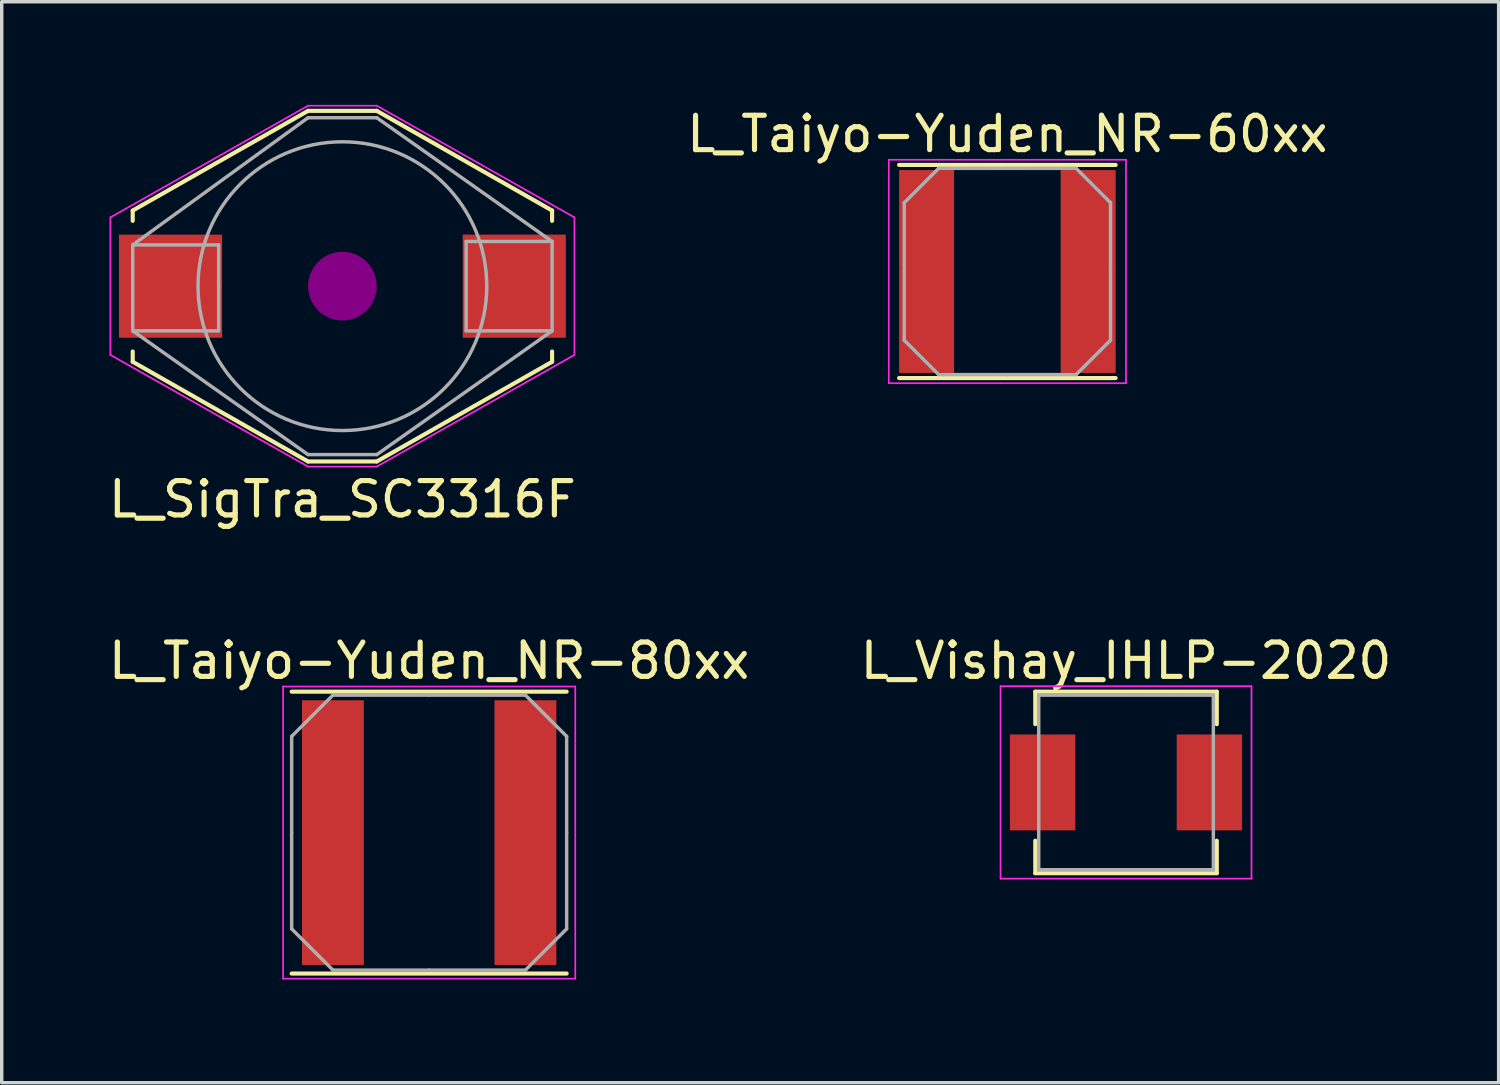
<source format=kicad_pcb>
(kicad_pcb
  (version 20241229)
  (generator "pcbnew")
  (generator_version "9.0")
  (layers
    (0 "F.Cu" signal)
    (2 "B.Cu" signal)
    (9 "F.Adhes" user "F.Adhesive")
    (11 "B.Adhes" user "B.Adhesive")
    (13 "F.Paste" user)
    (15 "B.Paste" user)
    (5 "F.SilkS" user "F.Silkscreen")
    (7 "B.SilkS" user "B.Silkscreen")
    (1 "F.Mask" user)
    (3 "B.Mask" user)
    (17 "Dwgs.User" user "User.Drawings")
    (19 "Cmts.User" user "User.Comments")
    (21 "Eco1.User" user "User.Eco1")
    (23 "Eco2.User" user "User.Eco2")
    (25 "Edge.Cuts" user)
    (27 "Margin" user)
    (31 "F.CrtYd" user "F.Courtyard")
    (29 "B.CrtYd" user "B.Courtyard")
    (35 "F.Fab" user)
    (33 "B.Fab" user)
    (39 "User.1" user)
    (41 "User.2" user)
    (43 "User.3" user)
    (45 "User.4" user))
  (footprint "L_Vishay_IHLP-2020"
    (layer "F.Cu")
    (at 29.708 19.712)
    (property "Reference" "L_Vishay_IHLP-2020" (at 0 -3.54 0) (layer "F.SilkS") (effects (font (size 1 1) (thickness 0.15))))
    (attr smd)
    (fp_line (start -2.64 -2.64) (end 2.64 -2.64) (stroke (width 0.12) (type solid)) (layer "F.SilkS"))
    (fp_line (start -2.64 -1.695) (end -2.64 -2.64) (stroke (width 0.12) (type solid)) (layer "F.SilkS"))
    (fp_line (start -2.64 1.695) (end -2.64 2.64) (stroke (width 0.12) (type solid)) (layer "F.SilkS"))
    (fp_line (start -2.64 2.64) (end 2.64 2.64) (stroke (width 0.12) (type solid)) (layer "F.SilkS"))
    (fp_line (start 2.64 -2.64) (end 2.64 -1.695) (stroke (width 0.12) (type solid)) (layer "F.SilkS"))
    (fp_line (start 2.64 2.64) (end 2.64 1.695) (stroke (width 0.12) (type solid)) (layer "F.SilkS"))
    (fp_line (start -3.65 -2.8) (end -3.65 2.8) (stroke (width 0.05) (type solid)) (layer "F.CrtYd"))
    (fp_line (start -3.65 2.8) (end 3.65 2.8) (stroke (width 0.05) (type solid)) (layer "F.CrtYd"))
    (fp_line (start 3.65 -2.8) (end -3.65 -2.8) (stroke (width 0.05) (type solid)) (layer "F.CrtYd"))
    (fp_line (start 3.65 2.8) (end 3.65 -2.8) (stroke (width 0.05) (type solid)) (layer "F.CrtYd"))
    (fp_line (start -2.54 -2.54) (end -2.54 2.54) (stroke (width 0.1) (type solid)) (layer "F.Fab"))
    (fp_line (start -2.54 2.54) (end 2.54 2.54) (stroke (width 0.1) (type solid)) (layer "F.Fab"))
    (fp_line (start 2.54 -2.54) (end -2.54 -2.54) (stroke (width 0.1) (type solid)) (layer "F.Fab"))
    (fp_line (start 2.54 2.54) (end 2.54 -2.54) (stroke (width 0.1) (type solid)) (layer "F.Fab"))
    (pad "1" smd rect (at -2.426 0) (size 1.903 2.79) (layers "F.Cu" "F.Mask" "F.Paste"))
    (pad "2" smd rect (at 2.426 0) (size 1.903 2.79) (layers "F.Cu" "F.Mask" "F.Paste")))
  (footprint "L_Taiyo-Yuden_NR-80xx"
    (layer "F.Cu")
    (at 9.435 21.172)
    (property "Reference" "L_Taiyo-Yuden_NR-80xx" (at 0 -5 0) (layer "F.SilkS") (effects (font (size 1 1) (thickness 0.15))))
    (attr smd)
    (fp_line (start -4 -4.1) (end 4 -4.1) (stroke (width 0.12) (type solid)) (layer "F.SilkS"))
    (fp_line (start -4 4.1) (end 4 4.1) (stroke (width 0.12) (type solid)) (layer "F.SilkS"))
    (fp_line (start -4.25 -4.25) (end -4.25 4.25) (stroke (width 0.05) (type solid)) (layer "F.CrtYd"))
    (fp_line (start -4.25 4.25) (end 4.25 4.25) (stroke (width 0.05) (type solid)) (layer "F.CrtYd"))
    (fp_line (start 4.25 -4.25) (end -4.25 -4.25) (stroke (width 0.05) (type solid)) (layer "F.CrtYd"))
    (fp_line (start 4.25 4.25) (end 4.25 -4.25) (stroke (width 0.05) (type solid)) (layer "F.CrtYd"))
    (fp_line (start -4 -2.8) (end -2.8 -4) (stroke (width 0.1) (type solid)) (layer "F.Fab"))
    (fp_line (start -4 0) (end -4 -2.8) (stroke (width 0.1) (type solid)) (layer "F.Fab"))
    (fp_line (start -4 0) (end -4 2.8) (stroke (width 0.1) (type solid)) (layer "F.Fab"))
    (fp_line (start -4 2.8) (end -2.8 4) (stroke (width 0.1) (type solid)) (layer "F.Fab"))
    (fp_line (start -2.8 -4) (end 0 -4) (stroke (width 0.1) (type solid)) (layer "F.Fab"))
    (fp_line (start -2.8 4) (end 0 4) (stroke (width 0.1) (type solid)) (layer "F.Fab"))
    (fp_line (start 2.8 -4) (end 0 -4) (stroke (width 0.1) (type solid)) (layer "F.Fab"))
    (fp_line (start 2.8 4) (end 0 4) (stroke (width 0.1) (type solid)) (layer "F.Fab"))
    (fp_line (start 4 -2.8) (end 2.8 -4) (stroke (width 0.1) (type solid)) (layer "F.Fab"))
    (fp_line (start 4 0) (end 4 -2.8) (stroke (width 0.1) (type solid)) (layer "F.Fab"))
    (fp_line (start 4 0) (end 4 2.8) (stroke (width 0.1) (type solid)) (layer "F.Fab"))
    (fp_line (start 4 2.8) (end 2.8 4) (stroke (width 0.1) (type solid)) (layer "F.Fab"))
    (pad "1" smd rect (at -2.8 0) (size 1.8 7.7) (layers "F.Cu" "F.Mask" "F.Paste"))
    (pad "2" smd rect (at 2.8 0) (size 1.8 7.7) (layers "F.Cu" "F.Mask" "F.Paste")))
  (footprint "L_Taiyo-Yuden_NR-60xx"
    (layer "F.Cu")
    (at 26.256 4.848)
    (property "Reference" "L_Taiyo-Yuden_NR-60xx" (at 0 -4 0) (layer "F.SilkS") (effects (font (size 1 1) (thickness 0.15))))
    (attr smd)
    (fp_line (start -3.15 -3.1) (end 3.15 -3.1) (stroke (width 0.12) (type solid)) (layer "F.SilkS"))
    (fp_line (start -3.15 3.1) (end 3.15 3.1) (stroke (width 0.12) (type solid)) (layer "F.SilkS"))
    (fp_line (start -3.45 -3.25) (end -3.45 3.25) (stroke (width 0.05) (type solid)) (layer "F.CrtYd"))
    (fp_line (start -3.45 3.25) (end 3.45 3.25) (stroke (width 0.05) (type solid)) (layer "F.CrtYd"))
    (fp_line (start 3.45 -3.25) (end -3.45 -3.25) (stroke (width 0.05) (type solid)) (layer "F.CrtYd"))
    (fp_line (start 3.45 3.25) (end 3.45 -3.25) (stroke (width 0.05) (type solid)) (layer "F.CrtYd"))
    (fp_line (start -3 -2) (end -2 -3) (stroke (width 0.1) (type solid)) (layer "F.Fab"))
    (fp_line (start -3 0) (end -3 -2) (stroke (width 0.1) (type solid)) (layer "F.Fab"))
    (fp_line (start -3 0) (end -3 2) (stroke (width 0.1) (type solid)) (layer "F.Fab"))
    (fp_line (start -3 2) (end -2 3) (stroke (width 0.1) (type solid)) (layer "F.Fab"))
    (fp_line (start -2 -3) (end 0 -3) (stroke (width 0.1) (type solid)) (layer "F.Fab"))
    (fp_line (start -2 3) (end 0 3) (stroke (width 0.1) (type solid)) (layer "F.Fab"))
    (fp_line (start 2 -3) (end 0 -3) (stroke (width 0.1) (type solid)) (layer "F.Fab"))
    (fp_line (start 2 3) (end 0 3) (stroke (width 0.1) (type solid)) (layer "F.Fab"))
    (fp_line (start 3 -2) (end 2 -3) (stroke (width 0.1) (type solid)) (layer "F.Fab"))
    (fp_line (start 3 0) (end 3 -2) (stroke (width 0.1) (type solid)) (layer "F.Fab"))
    (fp_line (start 3 0) (end 3 2) (stroke (width 0.1) (type solid)) (layer "F.Fab"))
    (fp_line (start 3 2) (end 2 3) (stroke (width 0.1) (type solid)) (layer "F.Fab"))
    (pad "1" smd rect (at -2.35 0) (size 1.6 5.9) (layers "F.Cu" "F.Mask" "F.Paste"))
    (pad "2" smd rect (at 2.35 0) (size 1.6 5.9) (layers "F.Cu" "F.Mask" "F.Paste")))
  (footprint "L_SigTra_SC3316F"
    (layer "F.Cu")
    (at 6.911 5.275)
    (property "Reference" "L_SigTra_SC3316F" (at 0 6.2 0) (layer "F.SilkS") (effects (font (size 1 1) (thickness 0.15))))
    (attr smd)
    (fp_line (start -6.1 -2.2) (end -1 -5.1) (stroke (width 0.12) (type solid)) (layer "F.SilkS"))
    (fp_line (start -6.1 -1.9) (end -6.1 -2.2) (stroke (width 0.12) (type solid)) (layer "F.SilkS"))
    (fp_line (start -6.1 1.9) (end -6.1 2.2) (stroke (width 0.12) (type solid)) (layer "F.SilkS"))
    (fp_line (start -6.1 2.2) (end -1 5.1) (stroke (width 0.12) (type solid)) (layer "F.SilkS"))
    (fp_line (start 1 -5.1) (end -1 -5.1) (stroke (width 0.12) (type solid)) (layer "F.SilkS"))
    (fp_line (start 1 5.1) (end -1 5.1) (stroke (width 0.12) (type solid)) (layer "F.SilkS"))
    (fp_line (start 6.1 -2.2) (end 1 -5.1) (stroke (width 0.12) (type solid)) (layer "F.SilkS"))
    (fp_line (start 6.1 -1.9) (end 6.1 -2.2) (stroke (width 0.12) (type solid)) (layer "F.SilkS"))
    (fp_line (start 6.1 1.9) (end 6.1 2.2) (stroke (width 0.12) (type solid)) (layer "F.SilkS"))
    (fp_line (start 6.1 2.2) (end 1 5.1) (stroke (width 0.12) (type solid)) (layer "F.SilkS"))
    (fp_circle (center 0 0) (end 0.5 0) (stroke (width 1) (type solid)) (fill no) (layer "F.Adhes"))
    (fp_line (start -6.75 -2) (end -6.75 2) (stroke (width 0.05) (type solid)) (layer "F.CrtYd"))
    (fp_line (start -6.75 2) (end -1 5.25) (stroke (width 0.05) (type solid)) (layer "F.CrtYd"))
    (fp_line (start -1 -5.25) (end -6.75 -2) (stroke (width 0.05) (type solid)) (layer "F.CrtYd"))
    (fp_line (start -1 -5.25) (end 1 -5.25) (stroke (width 0.05) (type solid)) (layer "F.CrtYd"))
    (fp_line (start -1 5.25) (end 1 5.25) (stroke (width 0.05) (type solid)) (layer "F.CrtYd"))
    (fp_line (start 1 -5.25) (end 6.75 -2) (stroke (width 0.05) (type solid)) (layer "F.CrtYd"))
    (fp_line (start 1 5.25) (end 6.75 2) (stroke (width 0.05) (type solid)) (layer "F.CrtYd"))
    (fp_line (start 6.75 2) (end 6.75 -2) (stroke (width 0.05) (type solid)) (layer "F.CrtYd"))
    (fp_line (start -6.1 -1.2) (end -3.6 -1.2) (stroke (width 0.1) (type solid)) (layer "F.Fab"))
    (fp_line (start -6.1 1.3) (end -6.1 -1.2) (stroke (width 0.1) (type solid)) (layer "F.Fab"))
    (fp_line (start -3.6 -1.2) (end -3.6 0) (stroke (width 0.1) (type solid)) (layer "F.Fab"))
    (fp_line (start -3.6 0) (end -3.6 1.3) (stroke (width 0.1) (type solid)) (layer "F.Fab"))
    (fp_line (start -3.6 1.3) (end -6.1 1.3) (stroke (width 0.1) (type solid)) (layer "F.Fab"))
    (fp_line (start -1 -4.9) (end -6.1 -1.2) (stroke (width 0.1) (type solid)) (layer "F.Fab"))
    (fp_line (start -1 4.9) (end -6.1 1.3) (stroke (width 0.1) (type solid)) (layer "F.Fab"))
    (fp_line (start 1 -4.9) (end -1 -4.9) (stroke (width 0.1) (type solid)) (layer "F.Fab"))
    (fp_line (start 1 -4.9) (end 6.1 -1.3) (stroke (width 0.1) (type solid)) (layer "F.Fab"))
    (fp_line (start 1 4.9) (end -1 4.9) (stroke (width 0.1) (type solid)) (layer "F.Fab"))
    (fp_line (start 3.6 -1.3) (end 6.1 -1.3) (stroke (width 0.1) (type solid)) (layer "F.Fab"))
    (fp_line (start 3.6 1.3) (end 3.6 -1.3) (stroke (width 0.1) (type solid)) (layer "F.Fab"))
    (fp_line (start 6.1 -1.3) (end 6.1 1.3) (stroke (width 0.1) (type solid)) (layer "F.Fab"))
    (fp_line (start 6.1 1.3) (end 1 4.9) (stroke (width 0.1) (type solid)) (layer "F.Fab"))
    (fp_line (start 6.1 1.3) (end 3.6 1.3) (stroke (width 0.1) (type solid)) (layer "F.Fab"))
    (fp_circle (center 0 0) (end 4.2 0) (stroke (width 0.1) (type solid)) (fill no) (layer "F.Fab"))
    (pad "1" smd rect (at -5 0) (size 3 3) (layers "F.Cu" "F.Mask" "F.Paste"))
    (pad "2" smd rect (at 5 0) (size 3 3) (layers "F.Cu" "F.Mask" "F.Paste")))
  (gr_rect
    (start -3 -3)
    (end 40.548 28.447)
    (stroke (width 0.1) (type default))
    (fill no)
    (layer "Edge.Cuts")))
</source>
